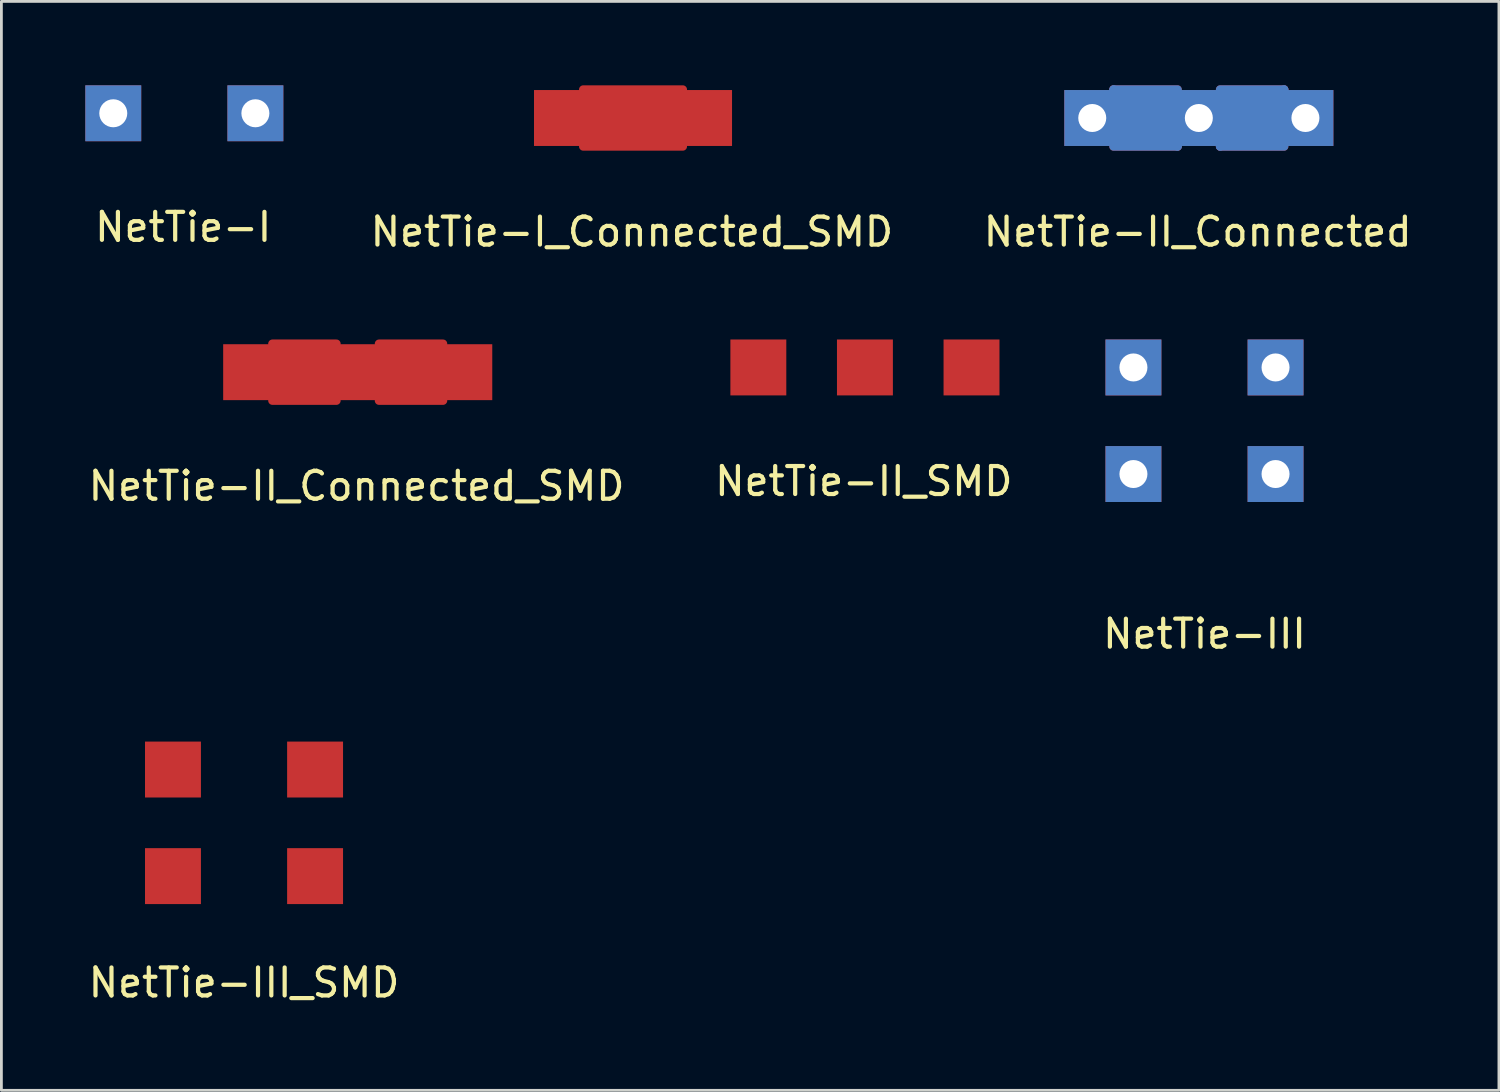
<source format=kicad_pcb>
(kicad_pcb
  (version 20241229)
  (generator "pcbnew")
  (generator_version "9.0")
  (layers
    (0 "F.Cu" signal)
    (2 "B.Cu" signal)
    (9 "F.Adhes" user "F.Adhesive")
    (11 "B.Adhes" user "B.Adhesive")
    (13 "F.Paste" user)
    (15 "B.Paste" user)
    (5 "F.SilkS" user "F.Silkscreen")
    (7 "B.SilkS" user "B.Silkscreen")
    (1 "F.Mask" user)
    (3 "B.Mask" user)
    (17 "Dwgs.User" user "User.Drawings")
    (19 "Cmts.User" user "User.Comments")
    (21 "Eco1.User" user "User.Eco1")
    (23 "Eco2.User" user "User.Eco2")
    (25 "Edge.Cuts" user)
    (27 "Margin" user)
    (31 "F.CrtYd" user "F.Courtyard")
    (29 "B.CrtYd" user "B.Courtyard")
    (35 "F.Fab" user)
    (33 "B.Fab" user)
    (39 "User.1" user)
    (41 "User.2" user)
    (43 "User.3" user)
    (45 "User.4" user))
  (footprint "NetTie-III"
    (layer "F.Cu")
    (at 40.006 11.99)
    (property "Reference" "NetTie-III" (at 0 7.62 0) (layer "F.SilkS") (effects (font (size 1 1) (thickness 0.15))))
    (attr through_hole)
    (pad "1" thru_hole rect (at -2.54 -1.905) (size 1.999 1.999) (drill 1.001) (layers "*.Cu" "*.Mask"))
    (pad "2" thru_hole rect (at -2.54 1.905) (size 1.999 1.999) (drill 1.001) (layers "*.Cu" "*.Mask"))
    (pad "3" thru_hole rect (at 2.54 -1.905) (size 1.999 1.999) (drill 1.001) (layers "*.Cu" "*.Mask"))
    (pad "4" thru_hole rect (at 2.54 1.905) (size 1.999 1.999) (drill 1.001) (layers "*.Cu" "*.Mask")))
  (footprint "NetTie-II_SMD"
    (layer "F.Cu")
    (at 27.868 10.085)
    (property "Reference" "NetTie-II_SMD" (at -0.041 4.069 0) (layer "F.SilkS") (effects (font (size 1 1) (thickness 0.15))))
    (attr through_hole)
    (pad "1" smd rect (at -3.81 0) (size 1.999 1.999) (layers "F.Cu" "F.Mask" "F.Paste"))
    (pad "2" smd rect (at 0 0) (size 1.999 1.999) (layers "F.Cu" "F.Mask" "F.Paste"))
    (pad "3" smd rect (at 3.81 0) (size 1.999 1.999) (layers "F.Cu" "F.Mask" "F.Paste")))
  (footprint "NetTie-II_Connected"
    (layer "F.Cu")
    (at 39.804 1.168)
    (property "Reference" "NetTie-II_Connected" (at -0.041 4.069 0) (layer "F.SilkS") (effects (font (size 1 1) (thickness 0.15))))
    (attr through_hole)
    (fp_line (start -3.048 -1.016) (end -0.762 -1.016) (stroke (width 0.305) (type solid)) (layer "F.Cu"))
    (fp_line (start -3.048 -0.762) (end -3.048 -1.016) (stroke (width 0.305) (type solid)) (layer "F.Cu"))
    (fp_line (start -3.048 -0.508) (end -0.762 -0.508) (stroke (width 0.305) (type solid)) (layer "F.Cu"))
    (fp_line (start -3.048 -0.254) (end -3.048 -0.508) (stroke (width 0.305) (type solid)) (layer "F.Cu"))
    (fp_line (start -3.048 0) (end -0.762 0) (stroke (width 0.305) (type solid)) (layer "F.Cu"))
    (fp_line (start -3.048 0.254) (end -3.048 0) (stroke (width 0.305) (type solid)) (layer "F.Cu"))
    (fp_line (start -3.048 0.508) (end -0.762 0.508) (stroke (width 0.305) (type solid)) (layer "F.Cu"))
    (fp_line (start -3.048 0.762) (end -3.048 0.508) (stroke (width 0.305) (type solid)) (layer "F.Cu"))
    (fp_line (start -3.048 1.016) (end -0.762 1.016) (stroke (width 0.305) (type solid)) (layer "F.Cu"))
    (fp_line (start -0.762 -0.762) (end -3.048 -0.762) (stroke (width 0.305) (type solid)) (layer "F.Cu"))
    (fp_line (start -0.762 -0.508) (end -0.762 -0.762) (stroke (width 0.305) (type solid)) (layer "F.Cu"))
    (fp_line (start -0.762 -0.254) (end -3.048 -0.254) (stroke (width 0.305) (type solid)) (layer "F.Cu"))
    (fp_line (start -0.762 0) (end -0.762 -0.254) (stroke (width 0.305) (type solid)) (layer "F.Cu"))
    (fp_line (start -0.762 0.254) (end -3.048 0.254) (stroke (width 0.305) (type solid)) (layer "F.Cu"))
    (fp_line (start -0.762 0.508) (end -0.762 0.254) (stroke (width 0.305) (type solid)) (layer "F.Cu"))
    (fp_line (start -0.762 0.762) (end -3.048 0.762) (stroke (width 0.305) (type solid)) (layer "F.Cu"))
    (fp_line (start -0.762 1.016) (end -0.762 0.762) (stroke (width 0.305) (type solid)) (layer "F.Cu"))
    (fp_line (start 0.762 -1.016) (end 3.048 -1.016) (stroke (width 0.305) (type solid)) (layer "F.Cu"))
    (fp_line (start 0.762 -0.762) (end 0.762 -0.508) (stroke (width 0.305) (type solid)) (layer "F.Cu"))
    (fp_line (start 0.762 -0.508) (end 3.048 -0.508) (stroke (width 0.305) (type solid)) (layer "F.Cu"))
    (fp_line (start 0.762 -0.254) (end 0.762 0) (stroke (width 0.305) (type solid)) (layer "F.Cu"))
    (fp_line (start 0.762 0) (end 3.048 0) (stroke (width 0.305) (type solid)) (layer "F.Cu"))
    (fp_line (start 0.762 0.254) (end 0.762 0.508) (stroke (width 0.305) (type solid)) (layer "F.Cu"))
    (fp_line (start 0.762 0.508) (end 3.048 0.508) (stroke (width 0.305) (type solid)) (layer "F.Cu"))
    (fp_line (start 0.762 0.762) (end 0.762 1.016) (stroke (width 0.305) (type solid)) (layer "F.Cu"))
    (fp_line (start 0.762 1.016) (end 3.048 1.016) (stroke (width 0.305) (type solid)) (layer "F.Cu"))
    (fp_line (start 3.048 -1.016) (end 3.048 -0.762) (stroke (width 0.305) (type solid)) (layer "F.Cu"))
    (fp_line (start 3.048 -0.762) (end 0.762 -0.762) (stroke (width 0.305) (type solid)) (layer "F.Cu"))
    (fp_line (start 3.048 -0.508) (end 3.048 -0.254) (stroke (width 0.305) (type solid)) (layer "F.Cu"))
    (fp_line (start 3.048 -0.254) (end 0.762 -0.254) (stroke (width 0.305) (type solid)) (layer "F.Cu"))
    (fp_line (start 3.048 0) (end 3.048 0.254) (stroke (width 0.305) (type solid)) (layer "F.Cu"))
    (fp_line (start 3.048 0.254) (end 0.762 0.254) (stroke (width 0.305) (type solid)) (layer "F.Cu"))
    (fp_line (start 3.048 0.508) (end 3.048 0.762) (stroke (width 0.305) (type solid)) (layer "F.Cu"))
    (fp_line (start 3.048 0.762) (end 0.762 0.762) (stroke (width 0.305) (type solid)) (layer "F.Cu"))
    (fp_line (start -3.048 -1.016) (end -0.762 -1.016) (stroke (width 0.305) (type solid)) (layer "B.Cu"))
    (fp_line (start -3.048 -0.762) (end -3.048 -1.016) (stroke (width 0.305) (type solid)) (layer "B.Cu"))
    (fp_line (start -3.048 -0.508) (end -0.762 -0.508) (stroke (width 0.305) (type solid)) (layer "B.Cu"))
    (fp_line (start -3.048 -0.254) (end -3.048 -0.508) (stroke (width 0.305) (type solid)) (layer "B.Cu"))
    (fp_line (start -3.048 0) (end -0.762 0) (stroke (width 0.305) (type solid)) (layer "B.Cu"))
    (fp_line (start -3.048 0.254) (end -3.048 0) (stroke (width 0.305) (type solid)) (layer "B.Cu"))
    (fp_line (start -3.048 0.508) (end -0.762 0.508) (stroke (width 0.305) (type solid)) (layer "B.Cu"))
    (fp_line (start -3.048 0.762) (end -3.048 0.508) (stroke (width 0.305) (type solid)) (layer "B.Cu"))
    (fp_line (start -3.048 1.016) (end -0.762 1.016) (stroke (width 0.305) (type solid)) (layer "B.Cu"))
    (fp_line (start -0.762 -0.762) (end -3.048 -0.762) (stroke (width 0.305) (type solid)) (layer "B.Cu"))
    (fp_line (start -0.762 -0.508) (end -0.762 -0.762) (stroke (width 0.305) (type solid)) (layer "B.Cu"))
    (fp_line (start -0.762 -0.254) (end -3.048 -0.254) (stroke (width 0.305) (type solid)) (layer "B.Cu"))
    (fp_line (start -0.762 0) (end -0.762 -0.254) (stroke (width 0.305) (type solid)) (layer "B.Cu"))
    (fp_line (start -0.762 0.254) (end -3.048 0.254) (stroke (width 0.305) (type solid)) (layer "B.Cu"))
    (fp_line (start -0.762 0.508) (end -0.762 0.254) (stroke (width 0.305) (type solid)) (layer "B.Cu"))
    (fp_line (start -0.762 0.762) (end -3.048 0.762) (stroke (width 0.305) (type solid)) (layer "B.Cu"))
    (fp_line (start -0.762 1.016) (end -0.762 0.762) (stroke (width 0.305) (type solid)) (layer "B.Cu"))
    (fp_line (start 0.762 -1.016) (end 3.048 -1.016) (stroke (width 0.305) (type solid)) (layer "B.Cu"))
    (fp_line (start 0.762 -0.762) (end 0.762 -0.508) (stroke (width 0.305) (type solid)) (layer "B.Cu"))
    (fp_line (start 0.762 -0.508) (end 3.048 -0.508) (stroke (width 0.305) (type solid)) (layer "B.Cu"))
    (fp_line (start 0.762 -0.254) (end 0.762 0) (stroke (width 0.305) (type solid)) (layer "B.Cu"))
    (fp_line (start 0.762 0) (end 3.048 0) (stroke (width 0.305) (type solid)) (layer "B.Cu"))
    (fp_line (start 0.762 0.254) (end 0.762 0.508) (stroke (width 0.305) (type solid)) (layer "B.Cu"))
    (fp_line (start 0.762 0.508) (end 3.048 0.508) (stroke (width 0.305) (type solid)) (layer "B.Cu"))
    (fp_line (start 0.762 0.762) (end 0.762 1.016) (stroke (width 0.305) (type solid)) (layer "B.Cu"))
    (fp_line (start 0.762 1.016) (end 3.048 1.016) (stroke (width 0.305) (type solid)) (layer "B.Cu"))
    (fp_line (start 3.048 -1.016) (end 3.048 -0.762) (stroke (width 0.305) (type solid)) (layer "B.Cu"))
    (fp_line (start 3.048 -0.762) (end 0.762 -0.762) (stroke (width 0.305) (type solid)) (layer "B.Cu"))
    (fp_line (start 3.048 -0.508) (end 3.048 -0.254) (stroke (width 0.305) (type solid)) (layer "B.Cu"))
    (fp_line (start 3.048 -0.254) (end 0.762 -0.254) (stroke (width 0.305) (type solid)) (layer "B.Cu"))
    (fp_line (start 3.048 0) (end 3.048 0.254) (stroke (width 0.305) (type solid)) (layer "B.Cu"))
    (fp_line (start 3.048 0.254) (end 0.762 0.254) (stroke (width 0.305) (type solid)) (layer "B.Cu"))
    (fp_line (start 3.048 0.508) (end 3.048 0.762) (stroke (width 0.305) (type solid)) (layer "B.Cu"))
    (fp_line (start 3.048 0.762) (end 0.762 0.762) (stroke (width 0.305) (type solid)) (layer "B.Cu"))
    (pad "1" thru_hole rect (at -3.81 0) (size 1.999 1.999) (drill 1.001) (layers "*.Cu" "*.Mask"))
    (pad "2" thru_hole rect (at 0 0) (size 1.999 1.999) (drill 1.001) (layers "*.Cu" "*.Mask"))
    (pad "3" thru_hole rect (at 3.81 0) (size 1.999 1.999) (drill 1.001) (layers "*.Cu" "*.Mask")))
  (footprint "NetTie-I"
    (layer "F.Cu")
    (at 3.539 0.999)
    (property "Reference" "NetTie-I" (at -0.041 4.069 0) (layer "F.SilkS") (effects (font (size 1 1) (thickness 0.15))))
    (attr through_hole)
    (pad "1" thru_hole rect (at -2.54 0) (size 1.999 1.999) (drill 1.001) (layers "*.Cu" "*.Mask"))
    (pad "2" thru_hole rect (at 2.54 0) (size 1.999 1.999) (drill 1.001) (layers "*.Cu" "*.Mask")))
  (footprint "NetTie-III_SMD"
    (layer "F.Cu")
    (at 5.673 24.458)
    (property "Reference" "NetTie-III_SMD" (at 0 7.62 0) (layer "F.SilkS") (effects (font (size 1 1) (thickness 0.15))))
    (attr through_hole)
    (pad "1" smd rect (at -2.54 0) (size 1.999 1.999) (layers "F.Cu" "F.Mask" "F.Paste"))
    (pad "2" smd rect (at -2.54 3.81) (size 1.999 1.999) (layers "F.Cu" "F.Mask" "F.Paste"))
    (pad "3" smd rect (at 2.54 0) (size 1.999 1.999) (layers "F.Cu" "F.Mask" "F.Paste"))
    (pad "4" smd rect (at 2.54 3.81) (size 1.999 1.999) (layers "F.Cu" "F.Mask" "F.Paste")))
  (footprint "NetTie-II_Connected_SMD"
    (layer "F.Cu")
    (at 9.737 10.254)
    (property "Reference" "NetTie-II_Connected_SMD" (at -0.041 4.069 0) (layer "F.SilkS") (effects (font (size 1 1) (thickness 0.15))))
    (attr through_hole)
    (fp_line (start -3.048 -1.016) (end -0.762 -1.016) (stroke (width 0.305) (type solid)) (layer "F.Cu"))
    (fp_line (start -3.048 -0.508) (end -0.762 -0.508) (stroke (width 0.305) (type solid)) (layer "F.Cu"))
    (fp_line (start -3.048 0) (end -0.762 0) (stroke (width 0.305) (type solid)) (layer "F.Cu"))
    (fp_line (start -3.048 0.508) (end -0.762 0.508) (stroke (width 0.305) (type solid)) (layer "F.Cu"))
    (fp_line (start -3.048 1.016) (end -0.762 1.016) (stroke (width 0.305) (type solid)) (layer "F.Cu"))
    (fp_line (start -0.762 -0.762) (end -3.048 -0.762) (stroke (width 0.305) (type solid)) (layer "F.Cu"))
    (fp_line (start -0.762 -0.254) (end -3.048 -0.254) (stroke (width 0.305) (type solid)) (layer "F.Cu"))
    (fp_line (start -0.762 0.254) (end -3.048 0.254) (stroke (width 0.305) (type solid)) (layer "F.Cu"))
    (fp_line (start -0.762 0.762) (end -3.048 0.762) (stroke (width 0.305) (type solid)) (layer "F.Cu"))
    (fp_line (start 0.762 -1.016) (end 3.048 -1.016) (stroke (width 0.305) (type solid)) (layer "F.Cu"))
    (fp_line (start 0.762 -0.508) (end 3.048 -0.508) (stroke (width 0.305) (type solid)) (layer "F.Cu"))
    (fp_line (start 0.762 0) (end 3.048 0) (stroke (width 0.305) (type solid)) (layer "F.Cu"))
    (fp_line (start 0.762 0.508) (end 3.048 0.508) (stroke (width 0.305) (type solid)) (layer "F.Cu"))
    (fp_line (start 0.762 1.016) (end 3.048 1.016) (stroke (width 0.305) (type solid)) (layer "F.Cu"))
    (fp_line (start 3.048 -0.762) (end 0.762 -0.762) (stroke (width 0.305) (type solid)) (layer "F.Cu"))
    (fp_line (start 3.048 -0.254) (end 0.762 -0.254) (stroke (width 0.305) (type solid)) (layer "F.Cu"))
    (fp_line (start 3.048 0.254) (end 0.762 0.254) (stroke (width 0.305) (type solid)) (layer "F.Cu"))
    (fp_line (start 3.048 0.762) (end 0.762 0.762) (stroke (width 0.305) (type solid)) (layer "F.Cu"))
    (pad "1" smd rect (at -3.81 0) (size 1.999 1.999) (layers "F.Cu" "F.Mask" "F.Paste"))
    (pad "2" smd rect (at 0 0) (size 1.999 1.999) (layers "F.Cu" "F.Mask" "F.Paste"))
    (pad "3" smd rect (at 3.81 0) (size 1.999 1.999) (layers "F.Cu" "F.Mask" "F.Paste")))
  (footprint "NetTie-I_Connected_SMD"
    (layer "F.Cu")
    (at 19.578 1.168)
    (property "Reference" "NetTie-I_Connected_SMD" (at -0.041 4.069 0) (layer "F.SilkS") (effects (font (size 1 1) (thickness 0.15))))
    (attr through_hole)
    (fp_line (start -1.778 -0.762) (end 1.778 -0.762) (stroke (width 0.305) (type solid)) (layer "F.Cu"))
    (fp_line (start -1.778 -0.254) (end 1.778 -0.254) (stroke (width 0.305) (type solid)) (layer "F.Cu"))
    (fp_line (start -1.778 0.254) (end 1.778 0.254) (stroke (width 0.305) (type solid)) (layer "F.Cu"))
    (fp_line (start -1.778 0.762) (end 1.778 0.762) (stroke (width 0.305) (type solid)) (layer "F.Cu"))
    (fp_line (start 1.778 -1.016) (end -1.778 -1.016) (stroke (width 0.305) (type solid)) (layer "F.Cu"))
    (fp_line (start 1.778 -0.508) (end -1.778 -0.508) (stroke (width 0.305) (type solid)) (layer "F.Cu"))
    (fp_line (start 1.778 0) (end -1.778 0) (stroke (width 0.305) (type solid)) (layer "F.Cu"))
    (fp_line (start 1.778 0.508) (end -1.778 0.508) (stroke (width 0.305) (type solid)) (layer "F.Cu"))
    (fp_line (start 1.778 1.016) (end -1.778 1.016) (stroke (width 0.305) (type solid)) (layer "F.Cu"))
    (pad "1" smd rect (at -2.54 0) (size 1.999 1.999) (layers "F.Cu" "F.Mask" "F.Paste"))
    (pad "2" smd rect (at 2.54 0) (size 1.999 1.999) (layers "F.Cu" "F.Mask" "F.Paste")))
  (gr_rect
    (start -3 -3)
    (end 50.531 35.926)
    (stroke (width 0.1) (type default))
    (fill no)
    (layer "Edge.Cuts")))
</source>
